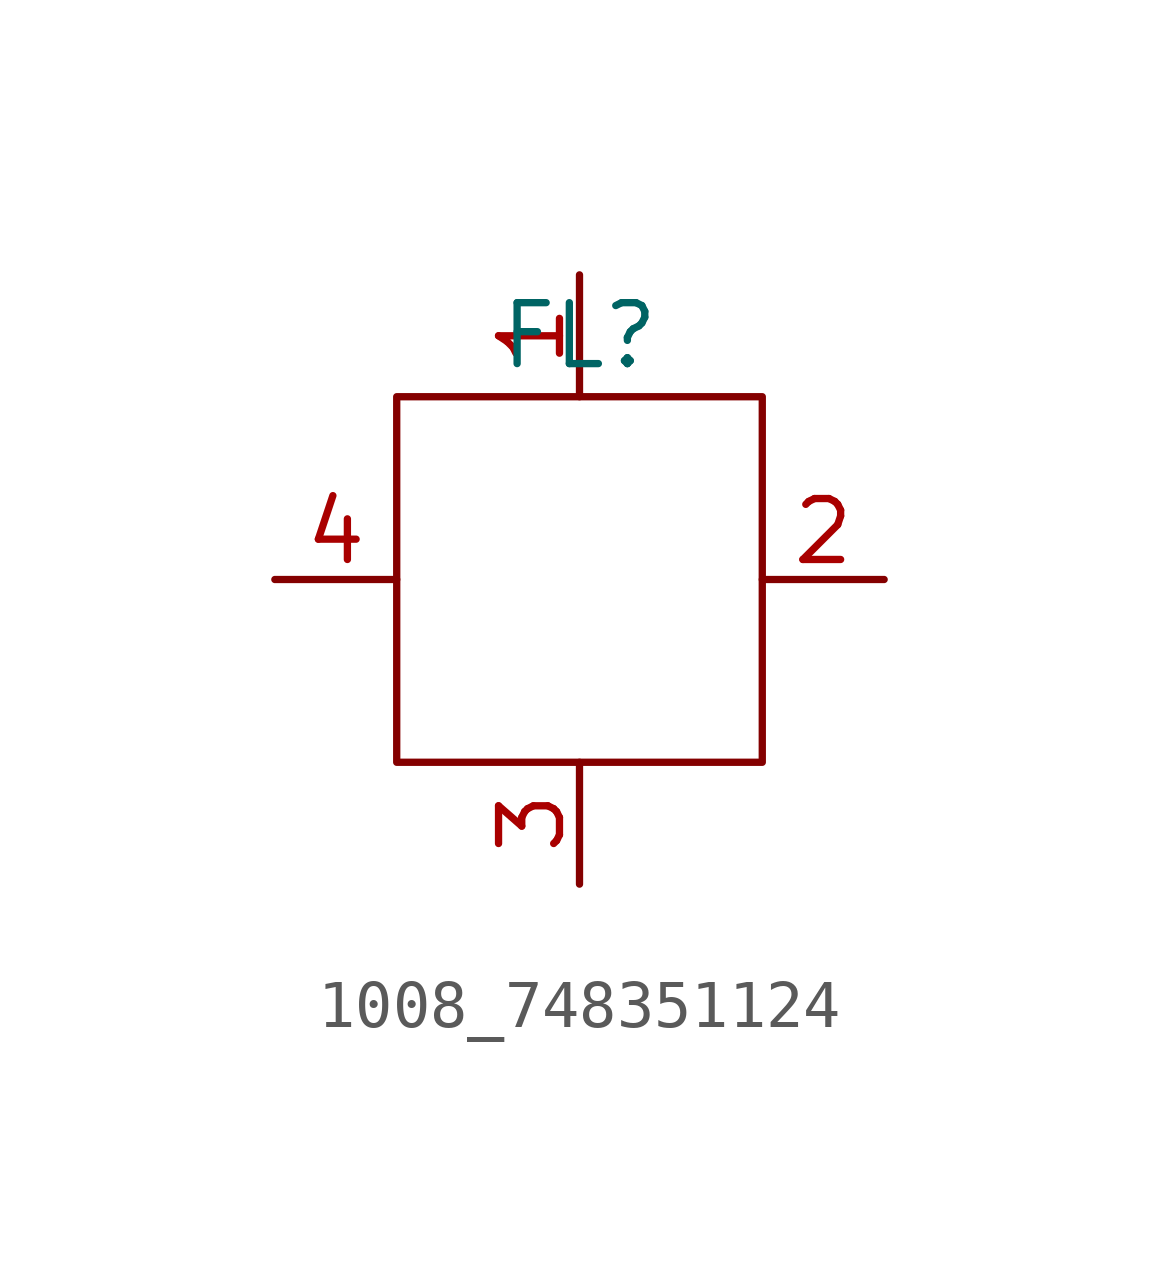
<source format=kicad_sym>
(kicad_symbol_lib
  (version 20220914)
  (generator kicad_symbol_editor)
  (symbol "1008_748351124"
    (pin_names hide)
    (property "Reference" "FL"
      (at 0 5.08 0)
      (effects (font (size 1.27 1.27))))
    (property "Critical Parameter" ""
      (at 0 -5.08 0)
      (effects (font (size 1.27 1.27)) (justify left)))
    (symbol "1008_748351124_0_1"
      (rectangle (start -3.81 3.81) (end 3.81 -3.81) (stroke (width 0) (type default)) (fill (type none))))
    (symbol "1008_748351124_1_1"
      (pin passive line (at 0 6.35 270) (length 2.54) (name "GND1" (effects (font (size 1.27 1.27)))) (number "1" (effects (font (size 1.27 1.27)))))
      (pin passive line (at 6.35 0 180) (length 2.54) (name "OUT" (effects (font (size 1.27 1.27)))) (number "2" (effects (font (size 1.27 1.27)))))
      (pin passive line (at 0 -6.35 90) (length 2.54) (name "GND2" (effects (font (size 1.27 1.27)))) (number "3" (effects (font (size 1.27 1.27)))))
      (pin passive line (at -6.35 0 0) (length 2.54) (name "IN" (effects (font (size 1.27 1.27)))) (number "4" (effects (font (size 1.27 1.27))))))))
</source>
